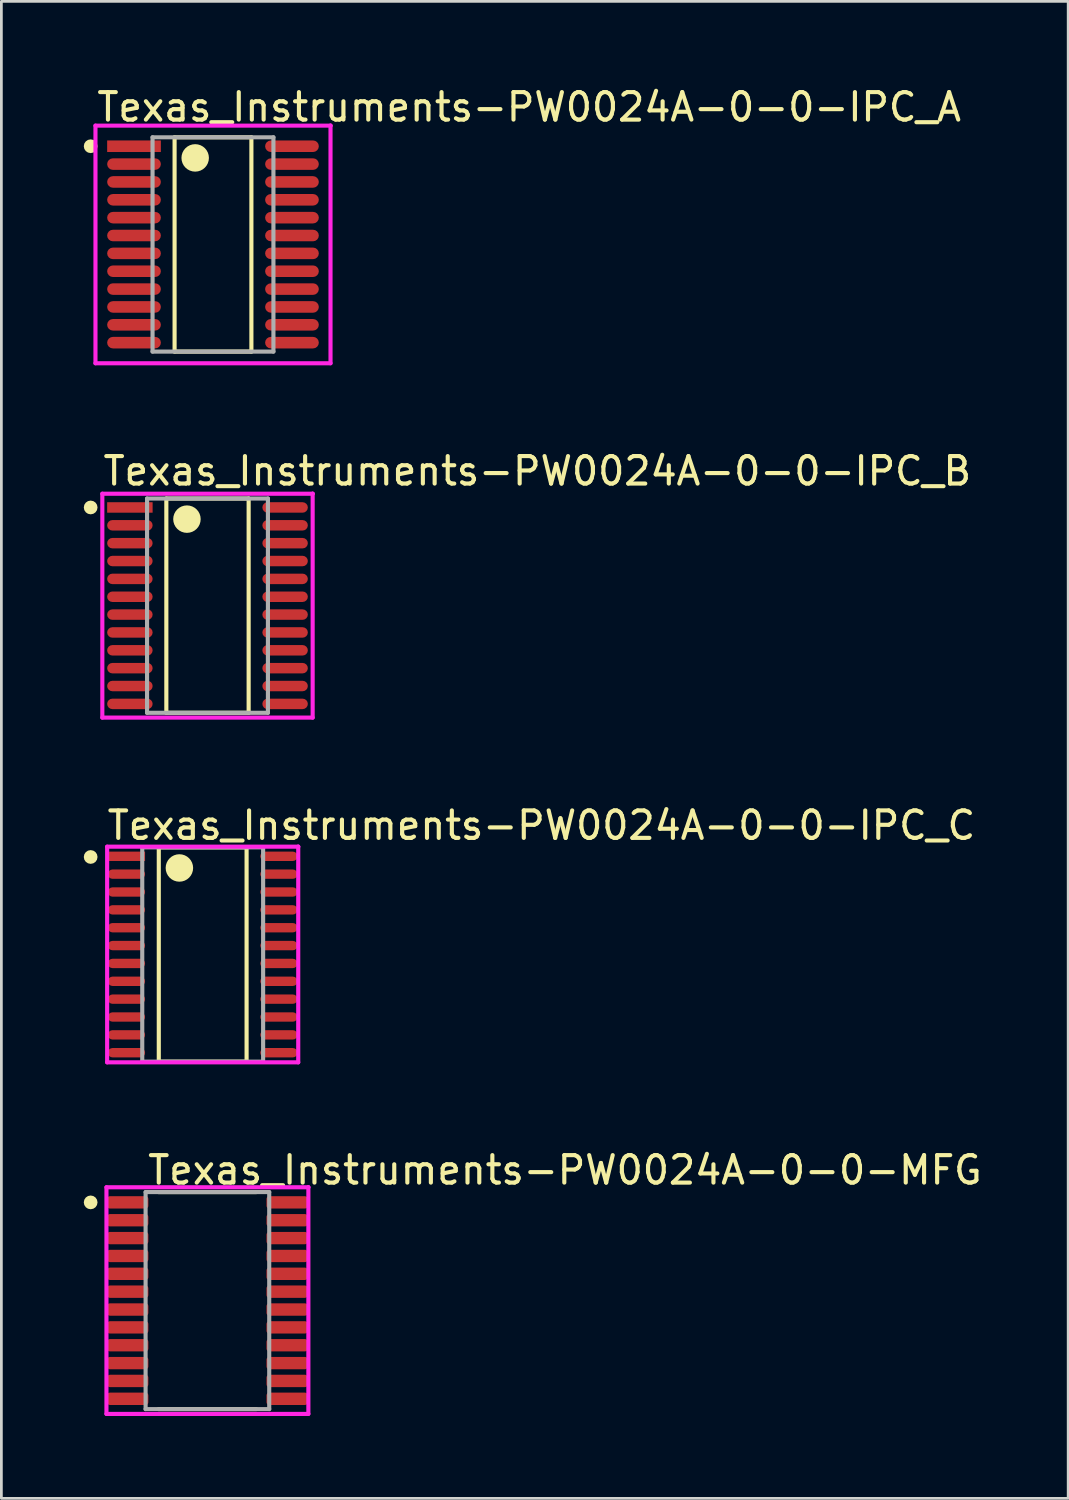
<source format=kicad_pcb>
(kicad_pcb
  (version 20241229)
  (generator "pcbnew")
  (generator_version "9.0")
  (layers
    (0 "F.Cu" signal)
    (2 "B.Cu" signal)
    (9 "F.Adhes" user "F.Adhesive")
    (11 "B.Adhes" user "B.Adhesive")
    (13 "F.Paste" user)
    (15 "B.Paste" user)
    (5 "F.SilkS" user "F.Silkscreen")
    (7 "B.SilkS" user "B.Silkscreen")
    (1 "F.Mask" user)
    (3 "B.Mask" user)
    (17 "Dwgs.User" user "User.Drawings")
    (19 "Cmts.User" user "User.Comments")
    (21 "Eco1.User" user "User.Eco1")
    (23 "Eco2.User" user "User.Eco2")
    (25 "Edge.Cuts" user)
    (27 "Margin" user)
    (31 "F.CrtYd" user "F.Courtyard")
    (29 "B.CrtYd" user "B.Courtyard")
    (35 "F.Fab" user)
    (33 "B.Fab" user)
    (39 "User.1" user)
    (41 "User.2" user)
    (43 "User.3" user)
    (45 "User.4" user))
  (footprint "Texas_Instruments-PW0024A-0-0-MFG"
    (layer "F.Cu")
    (at 4.5 44.293)
    (property "Reference" "Texas_Instruments-PW0024A-0-0-MFG" (at -2.25 -4.75 0) (layer "F.SilkS") (effects (font (size 1 1) (thickness 0.15)) (justify left)))
    (attr through_hole)
    (fp_line (start -1.775 -3.95) (end 1.775 -3.95) (stroke (width 0.15) (type solid)) (layer "F.SilkS"))
    (fp_line (start -1.775 3.95) (end 1.775 3.95) (stroke (width 0.15) (type solid)) (layer "F.SilkS"))
    (fp_circle (center -4.25 -3.575) (end -4.125 -3.575) (stroke (width 0.25) (type solid)) (fill no) (layer "F.SilkS"))
    (fp_line (start -3.675 -4.125) (end -3.675 4.125) (stroke (width 0.15) (type solid)) (layer "F.CrtYd"))
    (fp_line (start -3.675 4.125) (end 3.675 4.125) (stroke (width 0.15) (type solid)) (layer "F.CrtYd"))
    (fp_line (start 3.675 -4.125) (end -3.675 -4.125) (stroke (width 0.15) (type solid)) (layer "F.CrtYd"))
    (fp_line (start 3.675 -4.125) (end 3.675 -4.125) (stroke (width 0.15) (type solid)) (layer "F.CrtYd"))
    (fp_line (start 3.675 4.125) (end 3.675 -4.125) (stroke (width 0.15) (type solid)) (layer "F.CrtYd"))
    (fp_line (start -2.25 -3.95) (end 2.25 -3.95) (stroke (width 0.15) (type solid)) (layer "F.Fab"))
    (fp_line (start -2.25 3.95) (end -2.25 -3.95) (stroke (width 0.15) (type solid)) (layer "F.Fab"))
    (fp_line (start 2.25 -3.95) (end 2.25 3.95) (stroke (width 0.15) (type solid)) (layer "F.Fab"))
    (fp_line (start 2.25 3.95) (end -2.25 3.95) (stroke (width 0.15) (type solid)) (layer "F.Fab"))
    (pad "1" smd roundrect (at -2.9 -3.575) (size 1.5 0.45) (layers "F.Cu" "F.Mask" "F.Paste") (roundrect_rratio 0.222))
    (pad "2" smd roundrect (at -2.9 -2.925) (size 1.5 0.45) (layers "F.Cu" "F.Mask" "F.Paste") (roundrect_rratio 0.222))
    (pad "3" smd roundrect (at -2.9 -2.275) (size 1.5 0.45) (layers "F.Cu" "F.Mask" "F.Paste") (roundrect_rratio 0.222))
    (pad "4" smd roundrect (at -2.9 -1.625) (size 1.5 0.45) (layers "F.Cu" "F.Mask" "F.Paste") (roundrect_rratio 0.222))
    (pad "5" smd roundrect (at -2.9 -0.975) (size 1.5 0.45) (layers "F.Cu" "F.Mask" "F.Paste") (roundrect_rratio 0.222))
    (pad "6" smd roundrect (at -2.9 -0.325) (size 1.5 0.45) (layers "F.Cu" "F.Mask" "F.Paste") (roundrect_rratio 0.222))
    (pad "7" smd roundrect (at -2.9 0.325) (size 1.5 0.45) (layers "F.Cu" "F.Mask" "F.Paste") (roundrect_rratio 0.222))
    (pad "8" smd roundrect (at -2.9 0.975) (size 1.5 0.45) (layers "F.Cu" "F.Mask" "F.Paste") (roundrect_rratio 0.222))
    (pad "9" smd roundrect (at -2.9 1.625) (size 1.5 0.45) (layers "F.Cu" "F.Mask" "F.Paste") (roundrect_rratio 0.222))
    (pad "10" smd roundrect (at -2.9 2.275) (size 1.5 0.45) (layers "F.Cu" "F.Mask" "F.Paste") (roundrect_rratio 0.222))
    (pad "11" smd roundrect (at -2.9 2.925) (size 1.5 0.45) (layers "F.Cu" "F.Mask" "F.Paste") (roundrect_rratio 0.222))
    (pad "12" smd roundrect (at -2.9 3.575) (size 1.5 0.45) (layers "F.Cu" "F.Mask" "F.Paste") (roundrect_rratio 0.222))
    (pad "13" smd roundrect (at 2.9 3.575) (size 1.5 0.45) (layers "F.Cu" "F.Mask" "F.Paste") (roundrect_rratio 0.222))
    (pad "14" smd roundrect (at 2.9 2.925) (size 1.5 0.45) (layers "F.Cu" "F.Mask" "F.Paste") (roundrect_rratio 0.222))
    (pad "15" smd roundrect (at 2.9 2.275) (size 1.5 0.45) (layers "F.Cu" "F.Mask" "F.Paste") (roundrect_rratio 0.222))
    (pad "16" smd roundrect (at 2.9 1.625) (size 1.5 0.45) (layers "F.Cu" "F.Mask" "F.Paste") (roundrect_rratio 0.222))
    (pad "17" smd roundrect (at 2.9 0.975) (size 1.5 0.45) (layers "F.Cu" "F.Mask" "F.Paste") (roundrect_rratio 0.222))
    (pad "18" smd roundrect (at 2.9 0.325) (size 1.5 0.45) (layers "F.Cu" "F.Mask" "F.Paste") (roundrect_rratio 0.222))
    (pad "19" smd roundrect (at 2.9 -0.325) (size 1.5 0.45) (layers "F.Cu" "F.Mask" "F.Paste") (roundrect_rratio 0.222))
    (pad "20" smd roundrect (at 2.9 -0.975) (size 1.5 0.45) (layers "F.Cu" "F.Mask" "F.Paste") (roundrect_rratio 0.222))
    (pad "21" smd roundrect (at 2.9 -1.625) (size 1.5 0.45) (layers "F.Cu" "F.Mask" "F.Paste") (roundrect_rratio 0.222))
    (pad "22" smd roundrect (at 2.9 -2.275) (size 1.5 0.45) (layers "F.Cu" "F.Mask" "F.Paste") (roundrect_rratio 0.222))
    (pad "23" smd roundrect (at 2.9 -2.925) (size 1.5 0.45) (layers "F.Cu" "F.Mask" "F.Paste") (roundrect_rratio 0.222))
    (pad "24" smd roundrect (at 2.9 -3.575) (size 1.5 0.45) (layers "F.Cu" "F.Mask" "F.Paste") (roundrect_rratio 0.222)))
  (footprint "Texas_Instruments-PW0024A-0-0-IPC_A"
    (layer "F.Cu")
    (at 4.703 5.848)
    (property "Reference" "Texas_Instruments-PW0024A-0-0-IPC_A" (at -4.303 -5 0) (layer "F.SilkS") (effects (font (size 1 1) (thickness 0.15)) (justify left)))
    (attr through_hole)
    (fp_line (start -1.398 -3.9) (end 1.398 -3.9) (stroke (width 0.15) (type solid)) (layer "F.SilkS"))
    (fp_line (start -1.398 3.9) (end -1.398 -3.9) (stroke (width 0.15) (type solid)) (layer "F.SilkS"))
    (fp_line (start 1.398 -3.9) (end 1.398 3.9) (stroke (width 0.15) (type solid)) (layer "F.SilkS"))
    (fp_line (start 1.398 3.9) (end -1.398 3.9) (stroke (width 0.15) (type solid)) (layer "F.SilkS"))
    (fp_circle (center -4.453 -3.575) (end -4.328 -3.575) (stroke (width 0.25) (type solid)) (fill no) (layer "F.SilkS"))
    (fp_circle (center -0.648 -3.15) (end -0.398 -3.15) (stroke (width 0.5) (type solid)) (fill no) (layer "F.SilkS"))
    (fp_line (start -4.278 -4.325) (end -4.278 4.325) (stroke (width 0.15) (type solid)) (layer "F.CrtYd"))
    (fp_line (start -4.278 4.325) (end 4.278 4.325) (stroke (width 0.15) (type solid)) (layer "F.CrtYd"))
    (fp_line (start 4.278 -4.325) (end -4.278 -4.325) (stroke (width 0.15) (type solid)) (layer "F.CrtYd"))
    (fp_line (start 4.278 -4.325) (end 4.278 -4.325) (stroke (width 0.15) (type solid)) (layer "F.CrtYd"))
    (fp_line (start 4.278 4.325) (end 4.278 -4.325) (stroke (width 0.15) (type solid)) (layer "F.CrtYd"))
    (fp_line (start -2.2 -3.9) (end 2.2 -3.9) (stroke (width 0.15) (type solid)) (layer "F.Fab"))
    (fp_line (start -2.2 3.9) (end -2.2 -3.9) (stroke (width 0.15) (type solid)) (layer "F.Fab"))
    (fp_line (start 2.2 -3.9) (end 2.2 3.9) (stroke (width 0.15) (type solid)) (layer "F.Fab"))
    (fp_line (start 2.2 3.9) (end -2.2 3.9) (stroke (width 0.15) (type solid)) (layer "F.Fab"))
    (pad "1" smd rect (at -2.875 -3.575) (size 1.955 0.421) (layers "F.Cu" "F.Mask" "F.Paste"))
    (pad "2" smd roundrect (at -2.875 -2.925) (size 1.955 0.421) (layers "F.Cu" "F.Mask" "F.Paste") (roundrect_rratio 0.5))
    (pad "3" smd roundrect (at -2.875 -2.275) (size 1.955 0.421) (layers "F.Cu" "F.Mask" "F.Paste") (roundrect_rratio 0.5))
    (pad "4" smd roundrect (at -2.875 -1.625) (size 1.955 0.421) (layers "F.Cu" "F.Mask" "F.Paste") (roundrect_rratio 0.5))
    (pad "5" smd roundrect (at -2.875 -0.975) (size 1.955 0.421) (layers "F.Cu" "F.Mask" "F.Paste") (roundrect_rratio 0.5))
    (pad "6" smd roundrect (at -2.875 -0.325) (size 1.955 0.421) (layers "F.Cu" "F.Mask" "F.Paste") (roundrect_rratio 0.5))
    (pad "7" smd roundrect (at -2.875 0.325) (size 1.955 0.421) (layers "F.Cu" "F.Mask" "F.Paste") (roundrect_rratio 0.5))
    (pad "8" smd roundrect (at -2.875 0.975) (size 1.955 0.421) (layers "F.Cu" "F.Mask" "F.Paste") (roundrect_rratio 0.5))
    (pad "9" smd roundrect (at -2.875 1.625) (size 1.955 0.421) (layers "F.Cu" "F.Mask" "F.Paste") (roundrect_rratio 0.5))
    (pad "10" smd roundrect (at -2.875 2.275) (size 1.955 0.421) (layers "F.Cu" "F.Mask" "F.Paste") (roundrect_rratio 0.5))
    (pad "11" smd roundrect (at -2.875 2.925) (size 1.955 0.421) (layers "F.Cu" "F.Mask" "F.Paste") (roundrect_rratio 0.5))
    (pad "12" smd roundrect (at -2.875 3.575) (size 1.955 0.421) (layers "F.Cu" "F.Mask" "F.Paste") (roundrect_rratio 0.5))
    (pad "13" smd roundrect (at 2.875 3.575) (size 1.955 0.421) (layers "F.Cu" "F.Mask" "F.Paste") (roundrect_rratio 0.5))
    (pad "14" smd roundrect (at 2.875 2.925) (size 1.955 0.421) (layers "F.Cu" "F.Mask" "F.Paste") (roundrect_rratio 0.5))
    (pad "15" smd roundrect (at 2.875 2.275) (size 1.955 0.421) (layers "F.Cu" "F.Mask" "F.Paste") (roundrect_rratio 0.5))
    (pad "16" smd roundrect (at 2.875 1.625) (size 1.955 0.421) (layers "F.Cu" "F.Mask" "F.Paste") (roundrect_rratio 0.5))
    (pad "17" smd roundrect (at 2.875 0.975) (size 1.955 0.421) (layers "F.Cu" "F.Mask" "F.Paste") (roundrect_rratio 0.5))
    (pad "18" smd roundrect (at 2.875 0.325) (size 1.955 0.421) (layers "F.Cu" "F.Mask" "F.Paste") (roundrect_rratio 0.5))
    (pad "19" smd roundrect (at 2.875 -0.325) (size 1.955 0.421) (layers "F.Cu" "F.Mask" "F.Paste") (roundrect_rratio 0.5))
    (pad "20" smd roundrect (at 2.875 -0.975) (size 1.955 0.421) (layers "F.Cu" "F.Mask" "F.Paste") (roundrect_rratio 0.5))
    (pad "21" smd roundrect (at 2.875 -1.625) (size 1.955 0.421) (layers "F.Cu" "F.Mask" "F.Paste") (roundrect_rratio 0.5))
    (pad "22" smd roundrect (at 2.875 -2.275) (size 1.955 0.421) (layers "F.Cu" "F.Mask" "F.Paste") (roundrect_rratio 0.5))
    (pad "23" smd roundrect (at 2.875 -2.925) (size 1.955 0.421) (layers "F.Cu" "F.Mask" "F.Paste") (roundrect_rratio 0.5))
    (pad "24" smd roundrect (at 2.875 -3.575) (size 1.955 0.421) (layers "F.Cu" "F.Mask" "F.Paste") (roundrect_rratio 0.5)))
  (footprint "Texas_Instruments-PW0024A-0-0-IPC_B"
    (layer "F.Cu")
    (at 4.503 18.997)
    (property "Reference" "Texas_Instruments-PW0024A-0-0-IPC_B" (at -3.878 -4.9 0) (layer "F.SilkS") (effects (font (size 1 1) (thickness 0.15)) (justify left)))
    (attr through_hole)
    (fp_line (start -1.498 -3.9) (end 1.498 -3.9) (stroke (width 0.15) (type solid)) (layer "F.SilkS"))
    (fp_line (start -1.498 3.9) (end -1.498 -3.9) (stroke (width 0.15) (type solid)) (layer "F.SilkS"))
    (fp_line (start 1.498 -3.9) (end 1.498 3.9) (stroke (width 0.15) (type solid)) (layer "F.SilkS"))
    (fp_line (start 1.498 3.9) (end -1.498 3.9) (stroke (width 0.15) (type solid)) (layer "F.SilkS"))
    (fp_circle (center -4.253 -3.575) (end -4.128 -3.575) (stroke (width 0.25) (type solid)) (fill no) (layer "F.SilkS"))
    (fp_circle (center -0.748 -3.15) (end -0.498 -3.15) (stroke (width 0.5) (type solid)) (fill no) (layer "F.SilkS"))
    (fp_line (start -3.828 -4.075) (end -3.828 4.075) (stroke (width 0.15) (type solid)) (layer "F.CrtYd"))
    (fp_line (start -3.828 4.075) (end 3.828 4.075) (stroke (width 0.15) (type solid)) (layer "F.CrtYd"))
    (fp_line (start 3.828 -4.075) (end -3.828 -4.075) (stroke (width 0.15) (type solid)) (layer "F.CrtYd"))
    (fp_line (start 3.828 -4.075) (end 3.828 -4.075) (stroke (width 0.15) (type solid)) (layer "F.CrtYd"))
    (fp_line (start 3.828 4.075) (end 3.828 -4.075) (stroke (width 0.15) (type solid)) (layer "F.CrtYd"))
    (fp_line (start -2.2 -3.9) (end 2.2 -3.9) (stroke (width 0.15) (type solid)) (layer "F.Fab"))
    (fp_line (start -2.2 3.9) (end -2.2 -3.9) (stroke (width 0.15) (type solid)) (layer "F.Fab"))
    (fp_line (start 2.2 -3.9) (end 2.2 3.9) (stroke (width 0.15) (type solid)) (layer "F.Fab"))
    (fp_line (start 2.2 3.9) (end -2.2 3.9) (stroke (width 0.15) (type solid)) (layer "F.Fab"))
    (pad "1" smd rect (at -2.825 -3.575) (size 1.655 0.381) (layers "F.Cu" "F.Mask" "F.Paste"))
    (pad "2" smd roundrect (at -2.825 -2.925) (size 1.655 0.381) (layers "F.Cu" "F.Mask" "F.Paste") (roundrect_rratio 0.5))
    (pad "3" smd roundrect (at -2.825 -2.275) (size 1.655 0.381) (layers "F.Cu" "F.Mask" "F.Paste") (roundrect_rratio 0.5))
    (pad "4" smd roundrect (at -2.825 -1.625) (size 1.655 0.381) (layers "F.Cu" "F.Mask" "F.Paste") (roundrect_rratio 0.5))
    (pad "5" smd roundrect (at -2.825 -0.975) (size 1.655 0.381) (layers "F.Cu" "F.Mask" "F.Paste") (roundrect_rratio 0.5))
    (pad "6" smd roundrect (at -2.825 -0.325) (size 1.655 0.381) (layers "F.Cu" "F.Mask" "F.Paste") (roundrect_rratio 0.5))
    (pad "7" smd roundrect (at -2.825 0.325) (size 1.655 0.381) (layers "F.Cu" "F.Mask" "F.Paste") (roundrect_rratio 0.5))
    (pad "8" smd roundrect (at -2.825 0.975) (size 1.655 0.381) (layers "F.Cu" "F.Mask" "F.Paste") (roundrect_rratio 0.5))
    (pad "9" smd roundrect (at -2.825 1.625) (size 1.655 0.381) (layers "F.Cu" "F.Mask" "F.Paste") (roundrect_rratio 0.5))
    (pad "10" smd roundrect (at -2.825 2.275) (size 1.655 0.381) (layers "F.Cu" "F.Mask" "F.Paste") (roundrect_rratio 0.5))
    (pad "11" smd roundrect (at -2.825 2.925) (size 1.655 0.381) (layers "F.Cu" "F.Mask" "F.Paste") (roundrect_rratio 0.5))
    (pad "12" smd roundrect (at -2.825 3.575) (size 1.655 0.381) (layers "F.Cu" "F.Mask" "F.Paste") (roundrect_rratio 0.5))
    (pad "13" smd roundrect (at 2.825 3.575) (size 1.655 0.381) (layers "F.Cu" "F.Mask" "F.Paste") (roundrect_rratio 0.5))
    (pad "14" smd roundrect (at 2.825 2.925) (size 1.655 0.381) (layers "F.Cu" "F.Mask" "F.Paste") (roundrect_rratio 0.5))
    (pad "15" smd roundrect (at 2.825 2.275) (size 1.655 0.381) (layers "F.Cu" "F.Mask" "F.Paste") (roundrect_rratio 0.5))
    (pad "16" smd roundrect (at 2.825 1.625) (size 1.655 0.381) (layers "F.Cu" "F.Mask" "F.Paste") (roundrect_rratio 0.5))
    (pad "17" smd roundrect (at 2.825 0.975) (size 1.655 0.381) (layers "F.Cu" "F.Mask" "F.Paste") (roundrect_rratio 0.5))
    (pad "18" smd roundrect (at 2.825 0.325) (size 1.655 0.381) (layers "F.Cu" "F.Mask" "F.Paste") (roundrect_rratio 0.5))
    (pad "19" smd roundrect (at 2.825 -0.325) (size 1.655 0.381) (layers "F.Cu" "F.Mask" "F.Paste") (roundrect_rratio 0.5))
    (pad "20" smd roundrect (at 2.825 -0.975) (size 1.655 0.381) (layers "F.Cu" "F.Mask" "F.Paste") (roundrect_rratio 0.5))
    (pad "21" smd roundrect (at 2.825 -1.625) (size 1.655 0.381) (layers "F.Cu" "F.Mask" "F.Paste") (roundrect_rratio 0.5))
    (pad "22" smd roundrect (at 2.825 -2.275) (size 1.655 0.381) (layers "F.Cu" "F.Mask" "F.Paste") (roundrect_rratio 0.5))
    (pad "23" smd roundrect (at 2.825 -2.925) (size 1.655 0.381) (layers "F.Cu" "F.Mask" "F.Paste") (roundrect_rratio 0.5))
    (pad "24" smd roundrect (at 2.825 -3.575) (size 1.655 0.381) (layers "F.Cu" "F.Mask" "F.Paste") (roundrect_rratio 0.5)))
  (footprint "Texas_Instruments-PW0024A-0-0-IPC_C"
    (layer "F.Cu")
    (at 4.328 31.695)
    (property "Reference" "Texas_Instruments-PW0024A-0-0-IPC_C" (at -3.553 -4.7 0) (layer "F.SilkS") (effects (font (size 1 1) (thickness 0.15)) (justify left)))
    (attr through_hole)
    (fp_line (start -1.598 -3.9) (end 1.598 -3.9) (stroke (width 0.15) (type solid)) (layer "F.SilkS"))
    (fp_line (start -1.598 3.9) (end -1.598 -3.9) (stroke (width 0.15) (type solid)) (layer "F.SilkS"))
    (fp_line (start 1.598 -3.9) (end 1.598 3.9) (stroke (width 0.15) (type solid)) (layer "F.SilkS"))
    (fp_line (start 1.598 3.9) (end -1.598 3.9) (stroke (width 0.15) (type solid)) (layer "F.SilkS"))
    (fp_circle (center -4.078 -3.55) (end -3.953 -3.55) (stroke (width 0.25) (type solid)) (fill no) (layer "F.SilkS"))
    (fp_circle (center -0.848 -3.15) (end -0.598 -3.15) (stroke (width 0.5) (type solid)) (fill no) (layer "F.SilkS"))
    (fp_line (start -3.478 -3.925) (end -3.478 3.925) (stroke (width 0.15) (type solid)) (layer "F.CrtYd"))
    (fp_line (start -3.478 3.925) (end 3.478 3.925) (stroke (width 0.15) (type solid)) (layer "F.CrtYd"))
    (fp_line (start 3.478 -3.925) (end -3.478 -3.925) (stroke (width 0.15) (type solid)) (layer "F.CrtYd"))
    (fp_line (start 3.478 -3.925) (end 3.478 -3.925) (stroke (width 0.15) (type solid)) (layer "F.CrtYd"))
    (fp_line (start 3.478 3.925) (end 3.478 -3.925) (stroke (width 0.15) (type solid)) (layer "F.CrtYd"))
    (fp_line (start -2.2 -3.9) (end 2.2 -3.9) (stroke (width 0.15) (type solid)) (layer "F.Fab"))
    (fp_line (start -2.2 3.9) (end -2.2 -3.9) (stroke (width 0.15) (type solid)) (layer "F.Fab"))
    (fp_line (start 2.2 -3.9) (end 2.2 3.9) (stroke (width 0.15) (type solid)) (layer "F.Fab"))
    (fp_line (start 2.2 3.9) (end -2.2 3.9) (stroke (width 0.15) (type solid)) (layer "F.Fab"))
    (pad "1" smd rect (at -2.775 -3.575) (size 1.355 0.341) (layers "F.Cu" "F.Mask" "F.Paste"))
    (pad "2" smd roundrect (at -2.775 -2.925) (size 1.355 0.341) (layers "F.Cu" "F.Mask" "F.Paste") (roundrect_rratio 0.5))
    (pad "3" smd roundrect (at -2.775 -2.275) (size 1.355 0.341) (layers "F.Cu" "F.Mask" "F.Paste") (roundrect_rratio 0.5))
    (pad "4" smd roundrect (at -2.775 -1.625) (size 1.355 0.341) (layers "F.Cu" "F.Mask" "F.Paste") (roundrect_rratio 0.5))
    (pad "5" smd roundrect (at -2.775 -0.975) (size 1.355 0.341) (layers "F.Cu" "F.Mask" "F.Paste") (roundrect_rratio 0.5))
    (pad "6" smd roundrect (at -2.775 -0.325) (size 1.355 0.341) (layers "F.Cu" "F.Mask" "F.Paste") (roundrect_rratio 0.5))
    (pad "7" smd roundrect (at -2.775 0.325) (size 1.355 0.341) (layers "F.Cu" "F.Mask" "F.Paste") (roundrect_rratio 0.5))
    (pad "8" smd roundrect (at -2.775 0.975) (size 1.355 0.341) (layers "F.Cu" "F.Mask" "F.Paste") (roundrect_rratio 0.5))
    (pad "9" smd roundrect (at -2.775 1.625) (size 1.355 0.341) (layers "F.Cu" "F.Mask" "F.Paste") (roundrect_rratio 0.5))
    (pad "10" smd roundrect (at -2.775 2.275) (size 1.355 0.341) (layers "F.Cu" "F.Mask" "F.Paste") (roundrect_rratio 0.5))
    (pad "11" smd roundrect (at -2.775 2.925) (size 1.355 0.341) (layers "F.Cu" "F.Mask" "F.Paste") (roundrect_rratio 0.5))
    (pad "12" smd roundrect (at -2.775 3.575) (size 1.355 0.341) (layers "F.Cu" "F.Mask" "F.Paste") (roundrect_rratio 0.5))
    (pad "13" smd roundrect (at 2.775 3.575) (size 1.355 0.341) (layers "F.Cu" "F.Mask" "F.Paste") (roundrect_rratio 0.5))
    (pad "14" smd roundrect (at 2.775 2.925) (size 1.355 0.341) (layers "F.Cu" "F.Mask" "F.Paste") (roundrect_rratio 0.5))
    (pad "15" smd roundrect (at 2.775 2.275) (size 1.355 0.341) (layers "F.Cu" "F.Mask" "F.Paste") (roundrect_rratio 0.5))
    (pad "16" smd roundrect (at 2.775 1.625) (size 1.355 0.341) (layers "F.Cu" "F.Mask" "F.Paste") (roundrect_rratio 0.5))
    (pad "17" smd roundrect (at 2.775 0.975) (size 1.355 0.341) (layers "F.Cu" "F.Mask" "F.Paste") (roundrect_rratio 0.5))
    (pad "18" smd roundrect (at 2.775 0.325) (size 1.355 0.341) (layers "F.Cu" "F.Mask" "F.Paste") (roundrect_rratio 0.5))
    (pad "19" smd roundrect (at 2.775 -0.325) (size 1.355 0.341) (layers "F.Cu" "F.Mask" "F.Paste") (roundrect_rratio 0.5))
    (pad "20" smd roundrect (at 2.775 -0.975) (size 1.355 0.341) (layers "F.Cu" "F.Mask" "F.Paste") (roundrect_rratio 0.5))
    (pad "21" smd roundrect (at 2.775 -1.625) (size 1.355 0.341) (layers "F.Cu" "F.Mask" "F.Paste") (roundrect_rratio 0.5))
    (pad "22" smd roundrect (at 2.775 -2.275) (size 1.355 0.341) (layers "F.Cu" "F.Mask" "F.Paste") (roundrect_rratio 0.5))
    (pad "23" smd roundrect (at 2.775 -2.925) (size 1.355 0.341) (layers "F.Cu" "F.Mask" "F.Paste") (roundrect_rratio 0.5))
    (pad "24" smd roundrect (at 2.775 -3.575) (size 1.355 0.341) (layers "F.Cu" "F.Mask" "F.Paste") (roundrect_rratio 0.5)))
  (gr_rect
    (start -3 -3)
    (end 35.833 51.493)
    (stroke (width 0.1) (type default))
    (fill no)
    (layer "Edge.Cuts")))
</source>
